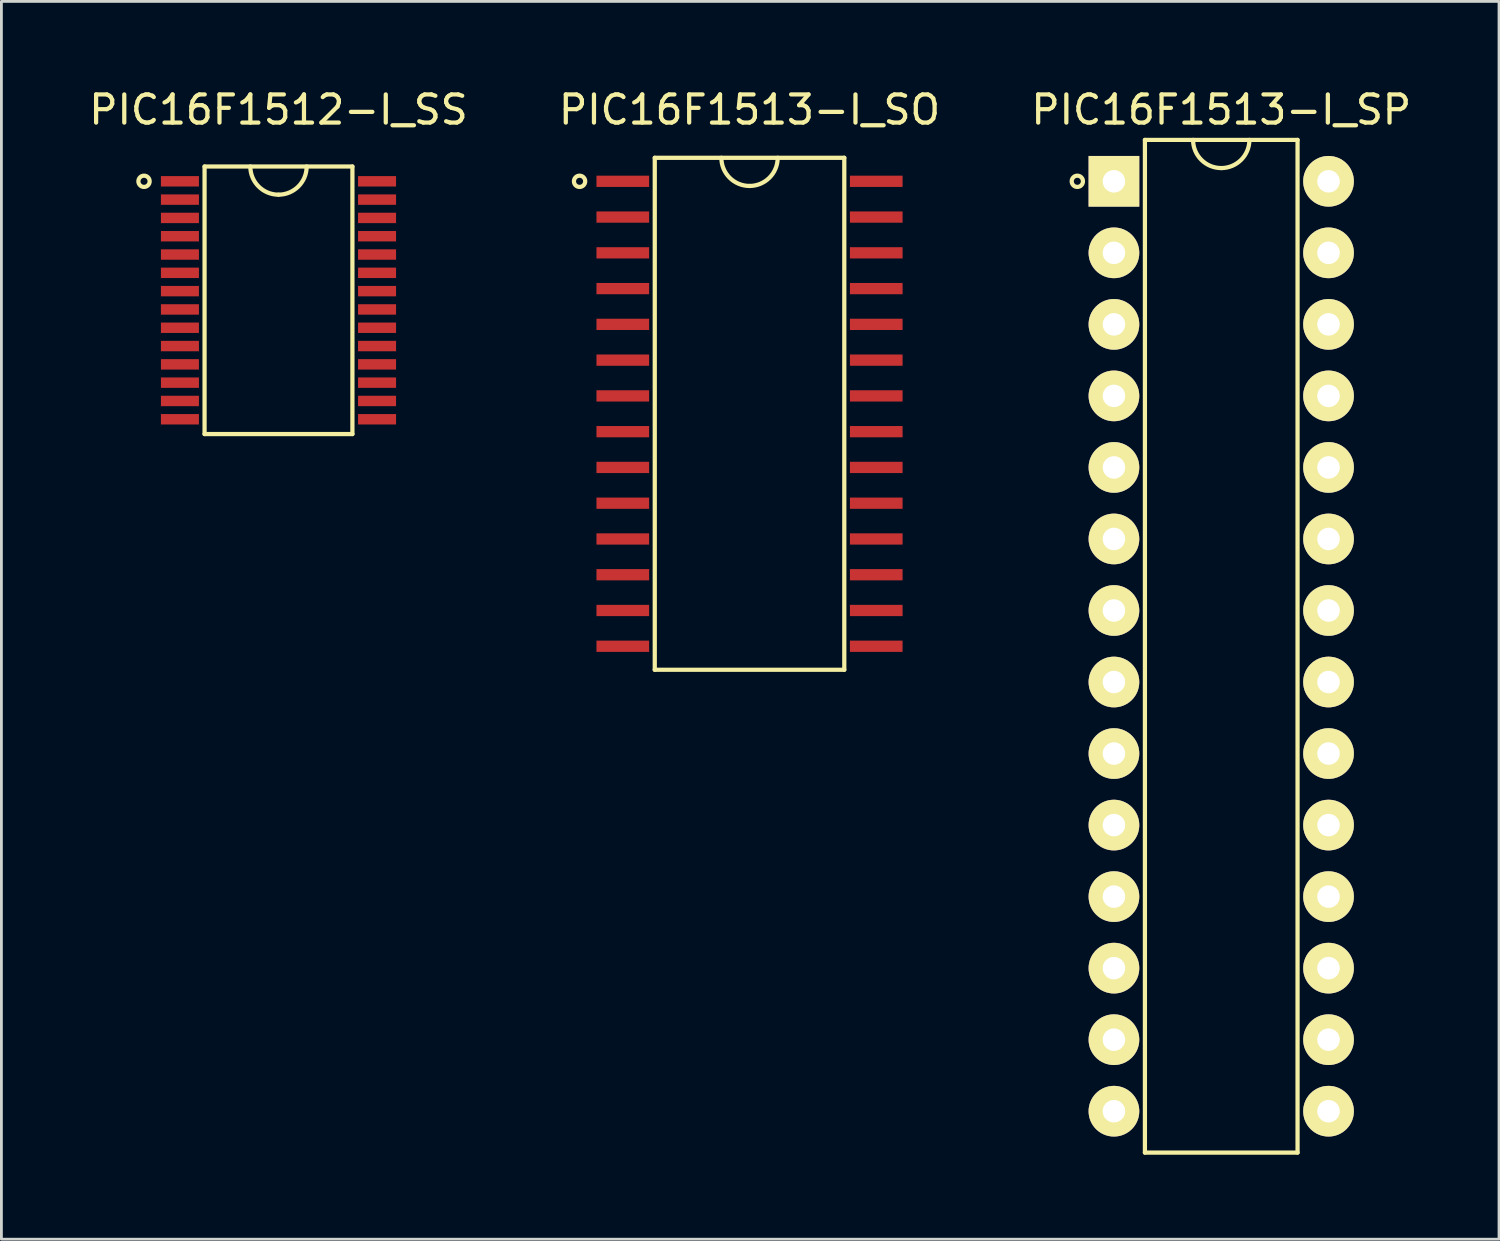
<source format=kicad_pcb>
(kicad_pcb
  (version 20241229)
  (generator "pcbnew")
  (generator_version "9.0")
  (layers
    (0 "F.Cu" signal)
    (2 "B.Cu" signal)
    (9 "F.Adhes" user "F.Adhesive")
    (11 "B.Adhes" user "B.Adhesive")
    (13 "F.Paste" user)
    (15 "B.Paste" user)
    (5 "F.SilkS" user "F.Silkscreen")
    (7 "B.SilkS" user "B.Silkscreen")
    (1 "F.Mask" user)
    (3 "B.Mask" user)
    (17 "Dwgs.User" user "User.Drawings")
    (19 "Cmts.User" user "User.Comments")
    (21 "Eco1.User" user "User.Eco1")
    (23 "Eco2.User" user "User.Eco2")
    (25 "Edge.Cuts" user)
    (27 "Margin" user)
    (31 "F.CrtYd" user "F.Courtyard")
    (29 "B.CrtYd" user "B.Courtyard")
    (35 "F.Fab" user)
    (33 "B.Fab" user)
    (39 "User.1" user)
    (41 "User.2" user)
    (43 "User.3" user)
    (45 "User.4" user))
  (footprint "PIC16F1513-I_SO"
    (layer "F.Cu")
    (at 19.065 3.388)
    (property "Reference" "PIC16F1513-I_SO" (at 4.5 -2.54 0) (layer "F.SilkS") (effects (font (size 1 1) (thickness 0.15))))
    (attr through_hole)
    (fp_line (start 1.135 -0.835) (end 7.865 -0.835) (stroke (width 0.15) (type solid)) (layer "F.SilkS"))
    (fp_line (start 1.135 17.345) (end 1.135 -0.835) (stroke (width 0.15) (type solid)) (layer "F.SilkS"))
    (fp_line (start 7.865 -0.835) (end 7.865 17.345) (stroke (width 0.15) (type solid)) (layer "F.SilkS"))
    (fp_line (start 7.865 17.345) (end 1.135 17.345) (stroke (width 0.15) (type solid)) (layer "F.SilkS"))
    (fp_arc (start 4.5 0.165) (mid 3.792893 -0.127893) (end 3.5 -0.835) (stroke (width 0.15) (type solid)) (layer "F.SilkS"))
    (fp_arc (start 5.5 -0.835) (mid 5.207107 -0.127893) (end 4.5 0.165) (stroke (width 0.15) (type solid)) (layer "F.SilkS"))
    (fp_circle (center -1.535 0) (end -1.535 0.2) (stroke (width 0.15) (type solid)) (fill no) (layer "F.SilkS"))
    (pad "1" smd rect (at 0 0) (size 1.87 0.4) (layers "F.Cu" "F.Mask" "F.Paste"))
    (pad "2" smd rect (at 0 1.27) (size 1.87 0.4) (layers "F.Cu" "F.Mask" "F.Paste"))
    (pad "3" smd rect (at 0 2.54) (size 1.87 0.4) (layers "F.Cu" "F.Mask" "F.Paste"))
    (pad "4" smd rect (at 0 3.81) (size 1.87 0.4) (layers "F.Cu" "F.Mask" "F.Paste"))
    (pad "5" smd rect (at 0 5.08) (size 1.87 0.4) (layers "F.Cu" "F.Mask" "F.Paste"))
    (pad "6" smd rect (at 0 6.35) (size 1.87 0.4) (layers "F.Cu" "F.Mask" "F.Paste"))
    (pad "7" smd rect (at 0 7.62) (size 1.87 0.4) (layers "F.Cu" "F.Mask" "F.Paste"))
    (pad "8" smd rect (at 0 8.89) (size 1.87 0.4) (layers "F.Cu" "F.Mask" "F.Paste"))
    (pad "9" smd rect (at 0 10.16) (size 1.87 0.4) (layers "F.Cu" "F.Mask" "F.Paste"))
    (pad "10" smd rect (at 0 11.43) (size 1.87 0.4) (layers "F.Cu" "F.Mask" "F.Paste"))
    (pad "11" smd rect (at 0 12.7) (size 1.87 0.4) (layers "F.Cu" "F.Mask" "F.Paste"))
    (pad "12" smd rect (at 0 13.97) (size 1.87 0.4) (layers "F.Cu" "F.Mask" "F.Paste"))
    (pad "13" smd rect (at 0 15.24) (size 1.87 0.4) (layers "F.Cu" "F.Mask" "F.Paste"))
    (pad "14" smd rect (at 0 16.51) (size 1.87 0.4) (layers "F.Cu" "F.Mask" "F.Paste"))
    (pad "15" smd rect (at 9 16.51) (size 1.87 0.4) (layers "F.Cu" "F.Mask" "F.Paste"))
    (pad "16" smd rect (at 9 15.24) (size 1.87 0.4) (layers "F.Cu" "F.Mask" "F.Paste"))
    (pad "17" smd rect (at 9 13.97) (size 1.87 0.4) (layers "F.Cu" "F.Mask" "F.Paste"))
    (pad "18" smd rect (at 9 12.7) (size 1.87 0.4) (layers "F.Cu" "F.Mask" "F.Paste"))
    (pad "19" smd rect (at 9 11.43) (size 1.87 0.4) (layers "F.Cu" "F.Mask" "F.Paste"))
    (pad "20" smd rect (at 9 10.16) (size 1.87 0.4) (layers "F.Cu" "F.Mask" "F.Paste"))
    (pad "21" smd rect (at 9 8.89) (size 1.87 0.4) (layers "F.Cu" "F.Mask" "F.Paste"))
    (pad "22" smd rect (at 9 7.62) (size 1.87 0.4) (layers "F.Cu" "F.Mask" "F.Paste"))
    (pad "23" smd rect (at 9 6.35) (size 1.87 0.4) (layers "F.Cu" "F.Mask" "F.Paste"))
    (pad "24" smd rect (at 9 5.08) (size 1.87 0.4) (layers "F.Cu" "F.Mask" "F.Paste"))
    (pad "25" smd rect (at 9 3.81) (size 1.87 0.4) (layers "F.Cu" "F.Mask" "F.Paste"))
    (pad "26" smd rect (at 9 2.54) (size 1.87 0.4) (layers "F.Cu" "F.Mask" "F.Paste"))
    (pad "27" smd rect (at 9 1.27) (size 1.87 0.4) (layers "F.Cu" "F.Mask" "F.Paste"))
    (pad "28" smd rect (at 9 0) (size 1.87 0.4) (layers "F.Cu" "F.Mask" "F.Paste")))
  (footprint "PIC16F1513-I_SP"
    (layer "F.Cu")
    (at 36.505 3.388)
    (property "Reference" "PIC16F1513-I_SP" (at 3.81 -2.54 0) (layer "F.SilkS") (effects (font (size 1 1) (thickness 0.15))))
    (attr through_hole)
    (fp_line (start 1.1 -1.47) (end 6.52 -1.47) (stroke (width 0.15) (type solid)) (layer "F.SilkS"))
    (fp_line (start 1.1 34.49) (end 1.1 -1.47) (stroke (width 0.15) (type solid)) (layer "F.SilkS"))
    (fp_line (start 6.52 -1.47) (end 6.52 34.49) (stroke (width 0.15) (type solid)) (layer "F.SilkS"))
    (fp_line (start 6.52 34.49) (end 1.1 34.49) (stroke (width 0.15) (type solid)) (layer "F.SilkS"))
    (fp_arc (start 3.81 -0.47) (mid 3.102893 -0.762893) (end 2.81 -1.47) (stroke (width 0.15) (type solid)) (layer "F.SilkS"))
    (fp_arc (start 4.81 -1.47) (mid 4.517107 -0.762893) (end 3.81 -0.47) (stroke (width 0.15) (type solid)) (layer "F.SilkS"))
    (fp_circle (center -1.3 0) (end -1.3 0.2) (stroke (width 0.15) (type solid)) (fill no) (layer "F.SilkS"))
    (pad "1" thru_hole rect (at 0 0) (size 1.8 1.8) (drill 0.8) (layers "*.Cu" "*.Mask" "F.SilkS"))
    (pad "2" thru_hole circle (at 0 2.54) (size 1.8 1.8) (drill 0.8) (layers "*.Cu" "*.Mask" "F.SilkS"))
    (pad "3" thru_hole circle (at 0 5.08) (size 1.8 1.8) (drill 0.8) (layers "*.Cu" "*.Mask" "F.SilkS"))
    (pad "4" thru_hole circle (at 0 7.62) (size 1.8 1.8) (drill 0.8) (layers "*.Cu" "*.Mask" "F.SilkS"))
    (pad "5" thru_hole circle (at 0 10.16) (size 1.8 1.8) (drill 0.8) (layers "*.Cu" "*.Mask" "F.SilkS"))
    (pad "6" thru_hole circle (at 0 12.7) (size 1.8 1.8) (drill 0.8) (layers "*.Cu" "*.Mask" "F.SilkS"))
    (pad "7" thru_hole circle (at 0 15.24) (size 1.8 1.8) (drill 0.8) (layers "*.Cu" "*.Mask" "F.SilkS"))
    (pad "8" thru_hole circle (at 0 17.78) (size 1.8 1.8) (drill 0.8) (layers "*.Cu" "*.Mask" "F.SilkS"))
    (pad "9" thru_hole circle (at 0 20.32) (size 1.8 1.8) (drill 0.8) (layers "*.Cu" "*.Mask" "F.SilkS"))
    (pad "10" thru_hole circle (at 0 22.86) (size 1.8 1.8) (drill 0.8) (layers "*.Cu" "*.Mask" "F.SilkS"))
    (pad "11" thru_hole circle (at 0 25.4) (size 1.8 1.8) (drill 0.8) (layers "*.Cu" "*.Mask" "F.SilkS"))
    (pad "12" thru_hole circle (at 0 27.94) (size 1.8 1.8) (drill 0.8) (layers "*.Cu" "*.Mask" "F.SilkS"))
    (pad "13" thru_hole circle (at 0 30.48) (size 1.8 1.8) (drill 0.8) (layers "*.Cu" "*.Mask" "F.SilkS"))
    (pad "14" thru_hole circle (at 0 33.02) (size 1.8 1.8) (drill 0.8) (layers "*.Cu" "*.Mask" "F.SilkS"))
    (pad "15" thru_hole circle (at 7.62 33.02) (size 1.8 1.8) (drill 0.8) (layers "*.Cu" "*.Mask" "F.SilkS"))
    (pad "16" thru_hole circle (at 7.62 30.48) (size 1.8 1.8) (drill 0.8) (layers "*.Cu" "*.Mask" "F.SilkS"))
    (pad "17" thru_hole circle (at 7.62 27.94) (size 1.8 1.8) (drill 0.8) (layers "*.Cu" "*.Mask" "F.SilkS"))
    (pad "18" thru_hole circle (at 7.62 25.4) (size 1.8 1.8) (drill 0.8) (layers "*.Cu" "*.Mask" "F.SilkS"))
    (pad "19" thru_hole circle (at 7.62 22.86) (size 1.8 1.8) (drill 0.8) (layers "*.Cu" "*.Mask" "F.SilkS"))
    (pad "20" thru_hole circle (at 7.62 20.32) (size 1.8 1.8) (drill 0.8) (layers "*.Cu" "*.Mask" "F.SilkS"))
    (pad "21" thru_hole circle (at 7.62 17.78) (size 1.8 1.8) (drill 0.8) (layers "*.Cu" "*.Mask" "F.SilkS"))
    (pad "22" thru_hole circle (at 7.62 15.24) (size 1.8 1.8) (drill 0.8) (layers "*.Cu" "*.Mask" "F.SilkS"))
    (pad "23" thru_hole circle (at 7.62 12.7) (size 1.8 1.8) (drill 0.8) (layers "*.Cu" "*.Mask" "F.SilkS"))
    (pad "24" thru_hole circle (at 7.62 10.16) (size 1.8 1.8) (drill 0.8) (layers "*.Cu" "*.Mask" "F.SilkS"))
    (pad "25" thru_hole circle (at 7.62 7.62) (size 1.8 1.8) (drill 0.8) (layers "*.Cu" "*.Mask" "F.SilkS"))
    (pad "26" thru_hole circle (at 7.62 5.08) (size 1.8 1.8) (drill 0.8) (layers "*.Cu" "*.Mask" "F.SilkS"))
    (pad "27" thru_hole circle (at 7.62 2.54) (size 1.8 1.8) (drill 0.8) (layers "*.Cu" "*.Mask" "F.SilkS"))
    (pad "28" thru_hole circle (at 7.62 0) (size 1.8 1.8) (drill 0.8) (layers "*.Cu" "*.Mask" "F.SilkS")))
  (footprint "PIC16F1512-I_SS"
    (layer "F.Cu")
    (at 3.339 3.388)
    (property "Reference" "PIC16F1512-I_SS" (at 3.5 -2.54 0) (layer "F.SilkS") (effects (font (size 1 1) (thickness 0.15))))
    (attr through_hole)
    (fp_line (start 0.875 -0.525) (end 6.125 -0.525) (stroke (width 0.15) (type solid)) (layer "F.SilkS"))
    (fp_line (start 0.875 8.975) (end 0.875 -0.525) (stroke (width 0.15) (type solid)) (layer "F.SilkS"))
    (fp_line (start 6.125 -0.525) (end 6.125 8.975) (stroke (width 0.15) (type solid)) (layer "F.SilkS"))
    (fp_line (start 6.125 8.975) (end 0.875 8.975) (stroke (width 0.15) (type solid)) (layer "F.SilkS"))
    (fp_arc (start 3.5 0.475) (mid 2.792893 0.182107) (end 2.5 -0.525) (stroke (width 0.15) (type solid)) (layer "F.SilkS"))
    (fp_arc (start 4.5 -0.525) (mid 4.207107 0.182107) (end 3.5 0.475) (stroke (width 0.15) (type solid)) (layer "F.SilkS"))
    (fp_circle (center -1.275 0) (end -1.275 0.2) (stroke (width 0.15) (type solid)) (fill no) (layer "F.SilkS"))
    (pad "1" smd rect (at 0 0) (size 1.35 0.37) (layers "F.Cu" "F.Mask" "F.Paste"))
    (pad "2" smd rect (at 0 0.65) (size 1.35 0.37) (layers "F.Cu" "F.Mask" "F.Paste"))
    (pad "3" smd rect (at 0 1.3) (size 1.35 0.37) (layers "F.Cu" "F.Mask" "F.Paste"))
    (pad "4" smd rect (at 0 1.95) (size 1.35 0.37) (layers "F.Cu" "F.Mask" "F.Paste"))
    (pad "5" smd rect (at 0 2.6) (size 1.35 0.37) (layers "F.Cu" "F.Mask" "F.Paste"))
    (pad "6" smd rect (at 0 3.25) (size 1.35 0.37) (layers "F.Cu" "F.Mask" "F.Paste"))
    (pad "7" smd rect (at 0 3.9) (size 1.35 0.37) (layers "F.Cu" "F.Mask" "F.Paste"))
    (pad "8" smd rect (at 0 4.55) (size 1.35 0.37) (layers "F.Cu" "F.Mask" "F.Paste"))
    (pad "9" smd rect (at 0 5.2) (size 1.35 0.37) (layers "F.Cu" "F.Mask" "F.Paste"))
    (pad "10" smd rect (at 0 5.85) (size 1.35 0.37) (layers "F.Cu" "F.Mask" "F.Paste"))
    (pad "11" smd rect (at 0 6.5) (size 1.35 0.37) (layers "F.Cu" "F.Mask" "F.Paste"))
    (pad "12" smd rect (at 0 7.15) (size 1.35 0.37) (layers "F.Cu" "F.Mask" "F.Paste"))
    (pad "13" smd rect (at 0 7.8) (size 1.35 0.37) (layers "F.Cu" "F.Mask" "F.Paste"))
    (pad "14" smd rect (at 0 8.45) (size 1.35 0.37) (layers "F.Cu" "F.Mask" "F.Paste"))
    (pad "15" smd rect (at 7 8.45) (size 1.35 0.37) (layers "F.Cu" "F.Mask" "F.Paste"))
    (pad "16" smd rect (at 7 7.8) (size 1.35 0.37) (layers "F.Cu" "F.Mask" "F.Paste"))
    (pad "17" smd rect (at 7 7.15) (size 1.35 0.37) (layers "F.Cu" "F.Mask" "F.Paste"))
    (pad "18" smd rect (at 7 6.5) (size 1.35 0.37) (layers "F.Cu" "F.Mask" "F.Paste"))
    (pad "19" smd rect (at 7 5.85) (size 1.35 0.37) (layers "F.Cu" "F.Mask" "F.Paste"))
    (pad "20" smd rect (at 7 5.2) (size 1.35 0.37) (layers "F.Cu" "F.Mask" "F.Paste"))
    (pad "21" smd rect (at 7 4.55) (size 1.35 0.37) (layers "F.Cu" "F.Mask" "F.Paste"))
    (pad "22" smd rect (at 7 3.9) (size 1.35 0.37) (layers "F.Cu" "F.Mask" "F.Paste"))
    (pad "23" smd rect (at 7 3.25) (size 1.35 0.37) (layers "F.Cu" "F.Mask" "F.Paste"))
    (pad "24" smd rect (at 7 2.6) (size 1.35 0.37) (layers "F.Cu" "F.Mask" "F.Paste"))
    (pad "25" smd rect (at 7 1.95) (size 1.35 0.37) (layers "F.Cu" "F.Mask" "F.Paste"))
    (pad "26" smd rect (at 7 1.3) (size 1.35 0.37) (layers "F.Cu" "F.Mask" "F.Paste"))
    (pad "27" smd rect (at 7 0.65) (size 1.35 0.37) (layers "F.Cu" "F.Mask" "F.Paste"))
    (pad "28" smd rect (at 7 0) (size 1.35 0.37) (layers "F.Cu" "F.Mask" "F.Paste")))
  (gr_rect
    (start -3 -3)
    (end 50.179 40.953)
    (stroke (width 0.1) (type default))
    (fill no)
    (layer "Edge.Cuts")))
</source>
